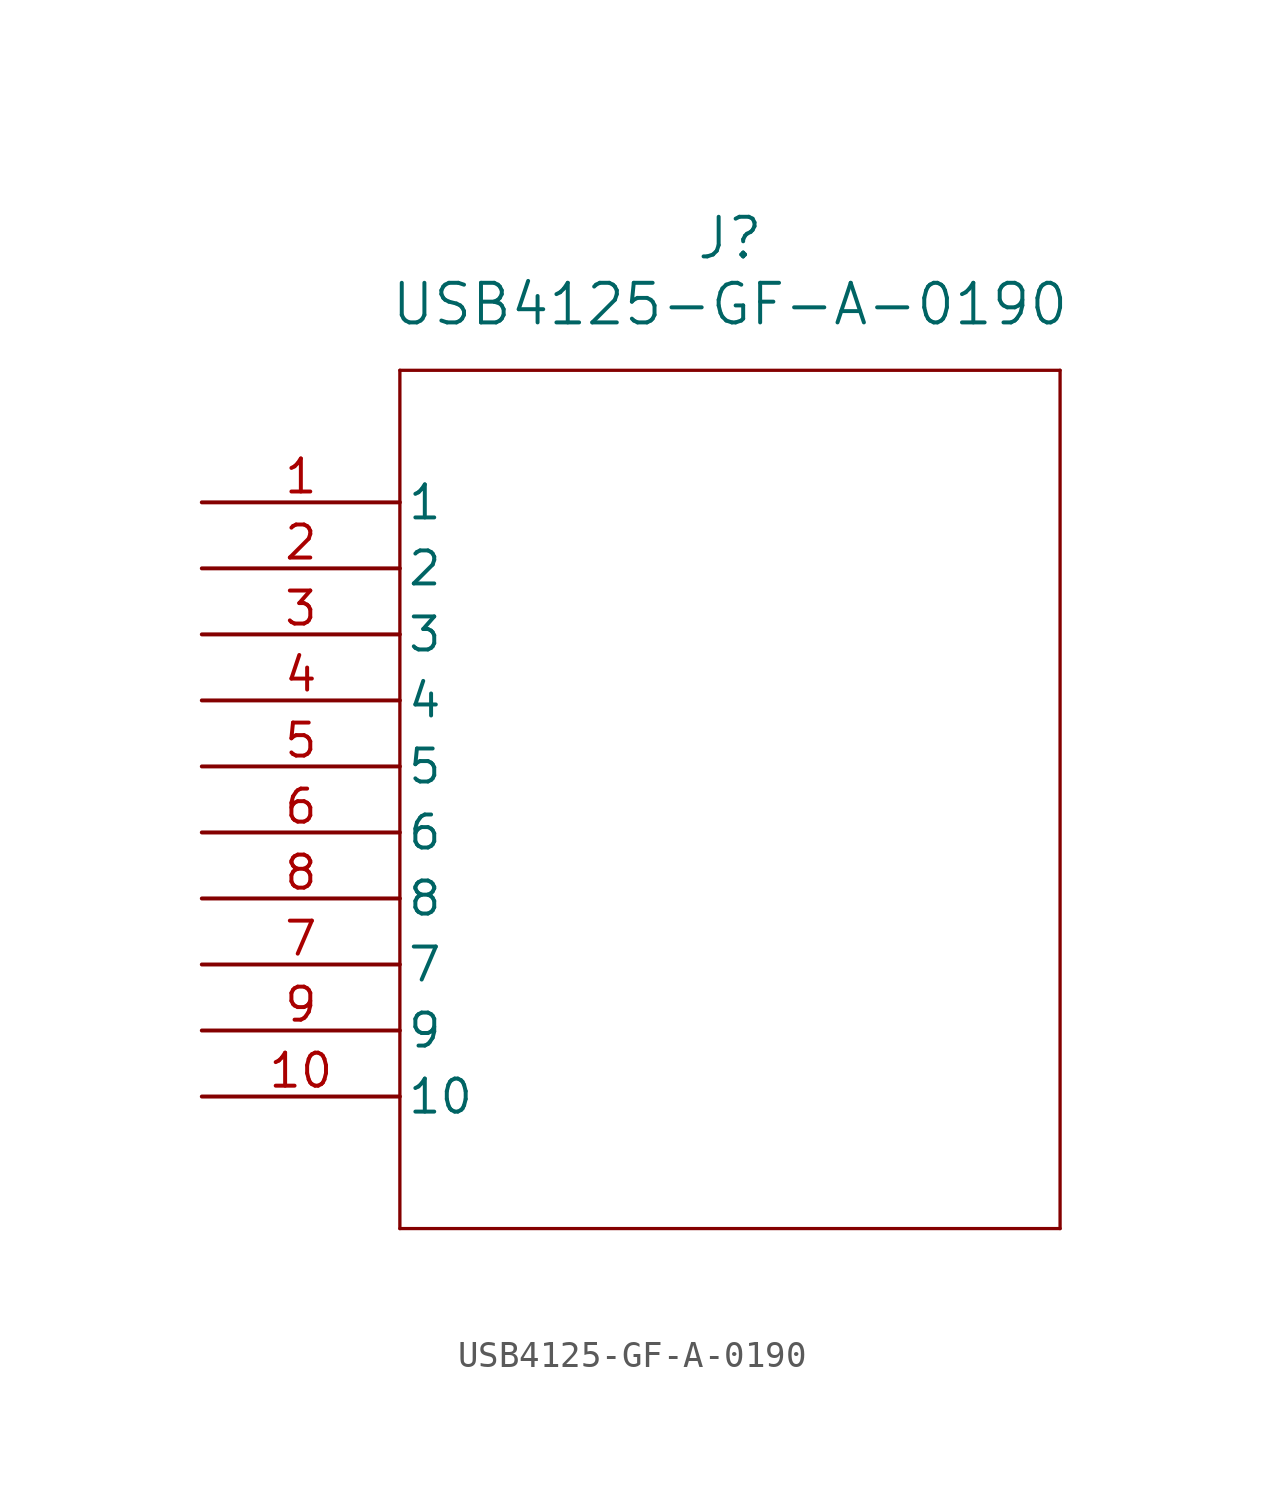
<source format=kicad_sym>
(kicad_symbol_lib
  (version 20241209)
  (generator "kicad_symbol_editor")
  (generator_version "9.0")
  (symbol "USB4125-GF-A-0190"
    (pin_names
      (offset 0.254))
    (property "Reference" "J"
      (at 20.32 10.16 0)
      (effects (font (size 1.524 1.524))))
    (property "Value" "USB4125-GF-A-0190"
      (at 20.32 7.62 0)
      (effects (font (size 1.524 1.524))))
    (property "ki_locked" ""
      (at 0 0 0)
      (effects (font (size 1.27 1.27))))
    (symbol "USB4125-GF-A-0190_0_1"
      (polyline (pts (xy 7.62 5.08) (xy 7.62 -27.94)) (stroke (width 0.127) (type default)) (fill (type none)))
      (polyline (pts (xy 7.62 -27.94) (xy 33.02 -27.94)) (stroke (width 0.127) (type default)) (fill (type none)))
      (polyline (pts (xy 33.02 5.08) (xy 7.62 5.08)) (stroke (width 0.127) (type default)) (fill (type none)))
      (polyline (pts (xy 33.02 -27.94) (xy 33.02 5.08)) (stroke (width 0.127) (type default)) (fill (type none)))
      (pin unspecified line (at 0 0 0) (length 7.62) (name "1" (effects (font (size 1.27 1.27)))) (number "1" (effects (font (size 1.27 1.27)))))
      (pin unspecified line (at 0 -2.54 0) (length 7.62) (name "2" (effects (font (size 1.27 1.27)))) (number "2" (effects (font (size 1.27 1.27)))))
      (pin unspecified line (at 0 -5.08 0) (length 7.62) (name "3" (effects (font (size 1.27 1.27)))) (number "3" (effects (font (size 1.27 1.27)))))
      (pin unspecified line (at 0 -7.62 0) (length 7.62) (name "4" (effects (font (size 1.27 1.27)))) (number "4" (effects (font (size 1.27 1.27)))))
      (pin unspecified line (at 0 -10.16 0) (length 7.62) (name "5" (effects (font (size 1.27 1.27)))) (number "5" (effects (font (size 1.27 1.27)))))
      (pin unspecified line (at 0 -12.7 0) (length 7.62) (name "6" (effects (font (size 1.27 1.27)))) (number "6" (effects (font (size 1.27 1.27)))))
      (pin unspecified line (at 0 -15.24 0) (length 7.62) (name "8" (effects (font (size 1.27 1.27)))) (number "8" (effects (font (size 1.27 1.27)))))
      (pin unspecified line (at 0 -17.78 0) (length 7.62) (name "7" (effects (font (size 1.27 1.27)))) (number "7" (effects (font (size 1.27 1.27)))))
      (pin unspecified line (at 0 -20.32 0) (length 7.62) (name "9" (effects (font (size 1.27 1.27)))) (number "9" (effects (font (size 1.27 1.27)))))
      (pin unspecified line (at 0 -22.86 0) (length 7.62) (name "10" (effects (font (size 1.27 1.27)))) (number "10" (effects (font (size 1.27 1.27))))))))
</source>
